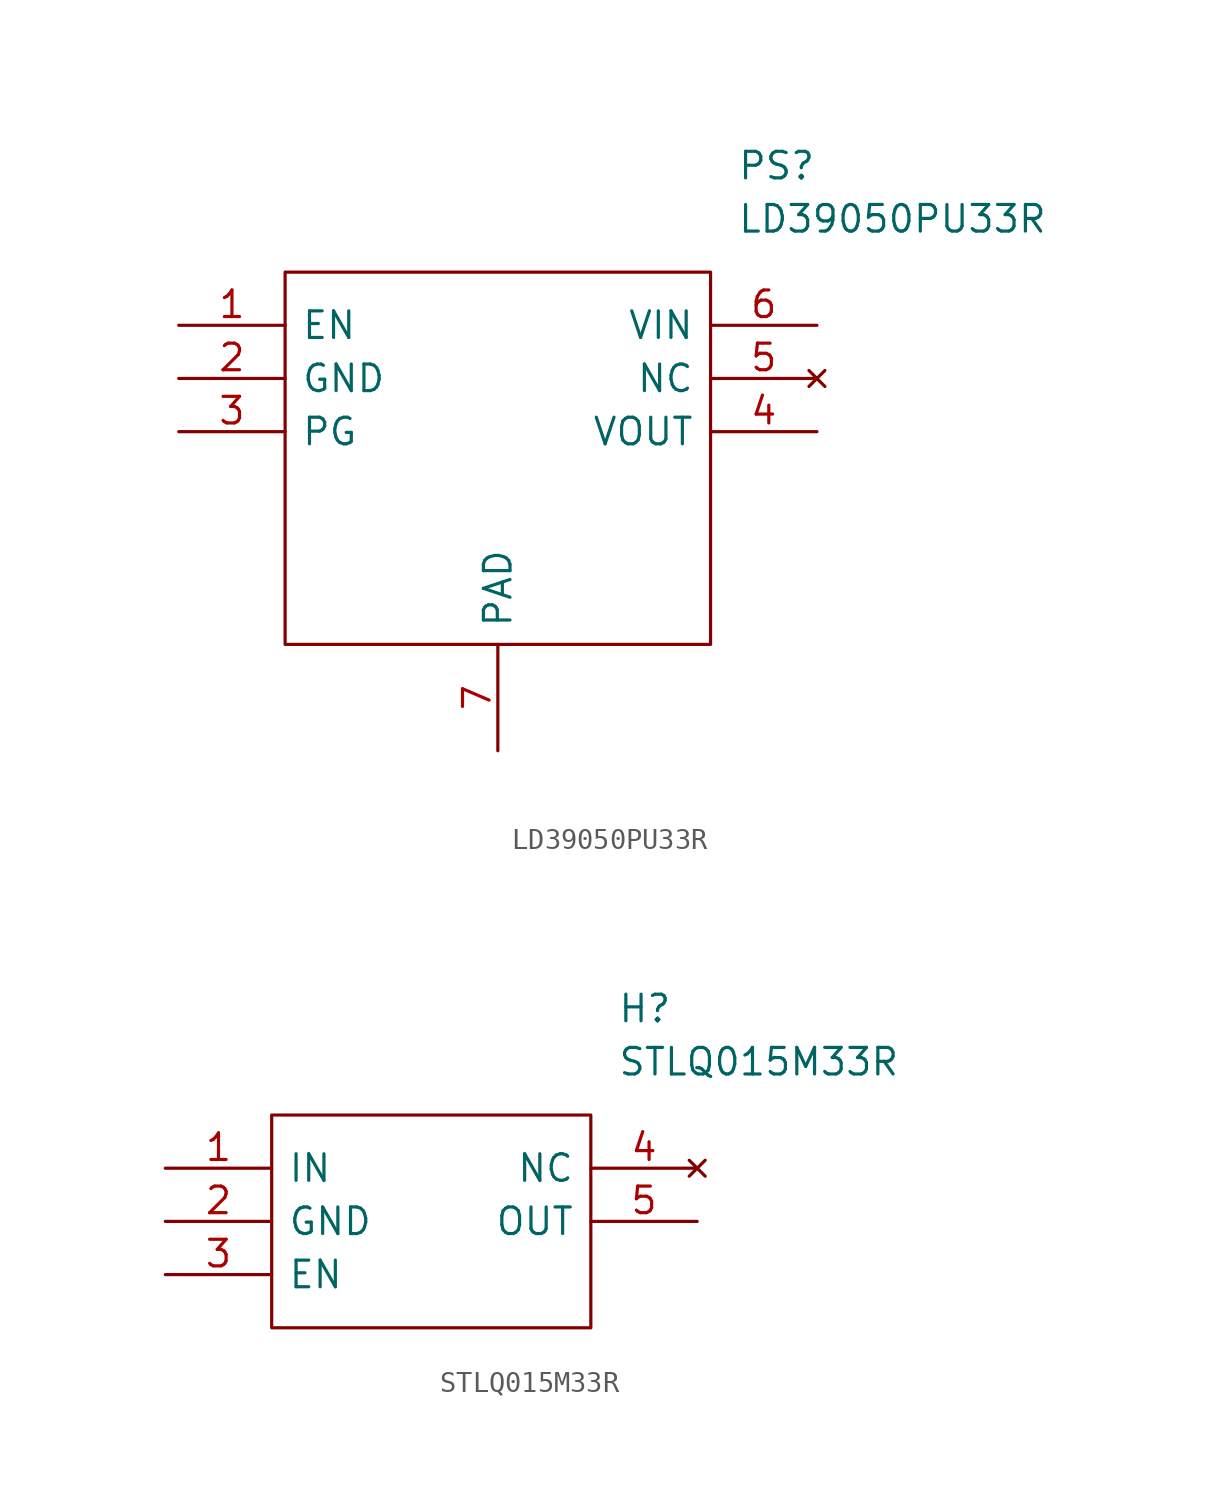
<source format=kicad_sym>
(kicad_symbol_lib
  (version 20211014)
  (generator kicad_symbol_editor)
  (symbol "LD39050PU33R"
    (pin_names
      (offset 0.762))
    (property "Reference" "PS"
      (at 26.67 7.62 0)
      (effects (font (size 1.27 1.27)) (justify left)))
    (property "Value" "LD39050PU33R"
      (at 26.67 5.08 0)
      (effects (font (size 1.27 1.27)) (justify left)))
    (symbol "LD39050PU33R_0_0"
      (pin input line (at 0 0 0) (length 5.08) (name "EN" (effects (font (size 1.27 1.27)))) (number "1" (effects (font (size 1.27 1.27)))))
      (pin power_in line (at 0 -2.54 0) (length 5.08) (name "GND" (effects (font (size 1.27 1.27)))) (number "2" (effects (font (size 1.27 1.27)))))
      (pin output line (at 0 -5.08 0) (length 5.08) (name "PG" (effects (font (size 1.27 1.27)))) (number "3" (effects (font (size 1.27 1.27)))))
      (pin output line (at 30.48 -5.08 180) (length 5.08) (name "VOUT" (effects (font (size 1.27 1.27)))) (number "4" (effects (font (size 1.27 1.27)))))
      (pin no_connect line (at 30.48 -2.54 180) (length 5.08) (name "NC" (effects (font (size 1.27 1.27)))) (number "5" (effects (font (size 1.27 1.27)))))
      (pin power_in line (at 30.48 0 180) (length 5.08) (name "VIN" (effects (font (size 1.27 1.27)))) (number "6" (effects (font (size 1.27 1.27)))))
      (pin power_in line (at 15.24 -20.32 90) (length 5.08) (name "PAD" (effects (font (size 1.27 1.27)))) (number "7" (effects (font (size 1.27 1.27))))))
    (symbol "LD39050PU33R_0_1"
      (polyline (pts (xy 5.08 2.54) (xy 25.4 2.54) (xy 25.4 -15.24) (xy 5.08 -15.24) (xy 5.08 2.54)) (stroke (width 0.152) (type default) (color 0 0 0 0)) (fill (type none)))))
  (symbol "STLQ015M33R"
    (pin_names
      (offset 0.762))
    (property "Reference" "H"
      (at 21.59 7.62 0)
      (effects (font (size 1.27 1.27)) (justify left)))
    (property "Value" "STLQ015M33R"
      (at 21.59 5.08 0)
      (effects (font (size 1.27 1.27)) (justify left)))
    (symbol "STLQ015M33R_0_0"
      (pin input line (at 0 0 0) (length 5.08) (name "IN" (effects (font (size 1.27 1.27)))) (number "1" (effects (font (size 1.27 1.27)))))
      (pin power_in line (at 0 -2.54 0) (length 5.08) (name "GND" (effects (font (size 1.27 1.27)))) (number "2" (effects (font (size 1.27 1.27)))))
      (pin input line (at 0 -5.08 0) (length 5.08) (name "EN" (effects (font (size 1.27 1.27)))) (number "3" (effects (font (size 1.27 1.27)))))
      (pin no_connect line (at 25.4 0 180) (length 5.08) (name "NC" (effects (font (size 1.27 1.27)))) (number "4" (effects (font (size 1.27 1.27)))))
      (pin output line (at 25.4 -2.54 180) (length 5.08) (name "OUT" (effects (font (size 1.27 1.27)))) (number "5" (effects (font (size 1.27 1.27))))))
    (symbol "STLQ015M33R_0_1"
      (polyline (pts (xy 5.08 2.54) (xy 20.32 2.54) (xy 20.32 -7.62) (xy 5.08 -7.62) (xy 5.08 2.54)) (stroke (width 0.152) (type default) (color 0 0 0 0)) (fill (type none))))))
</source>
